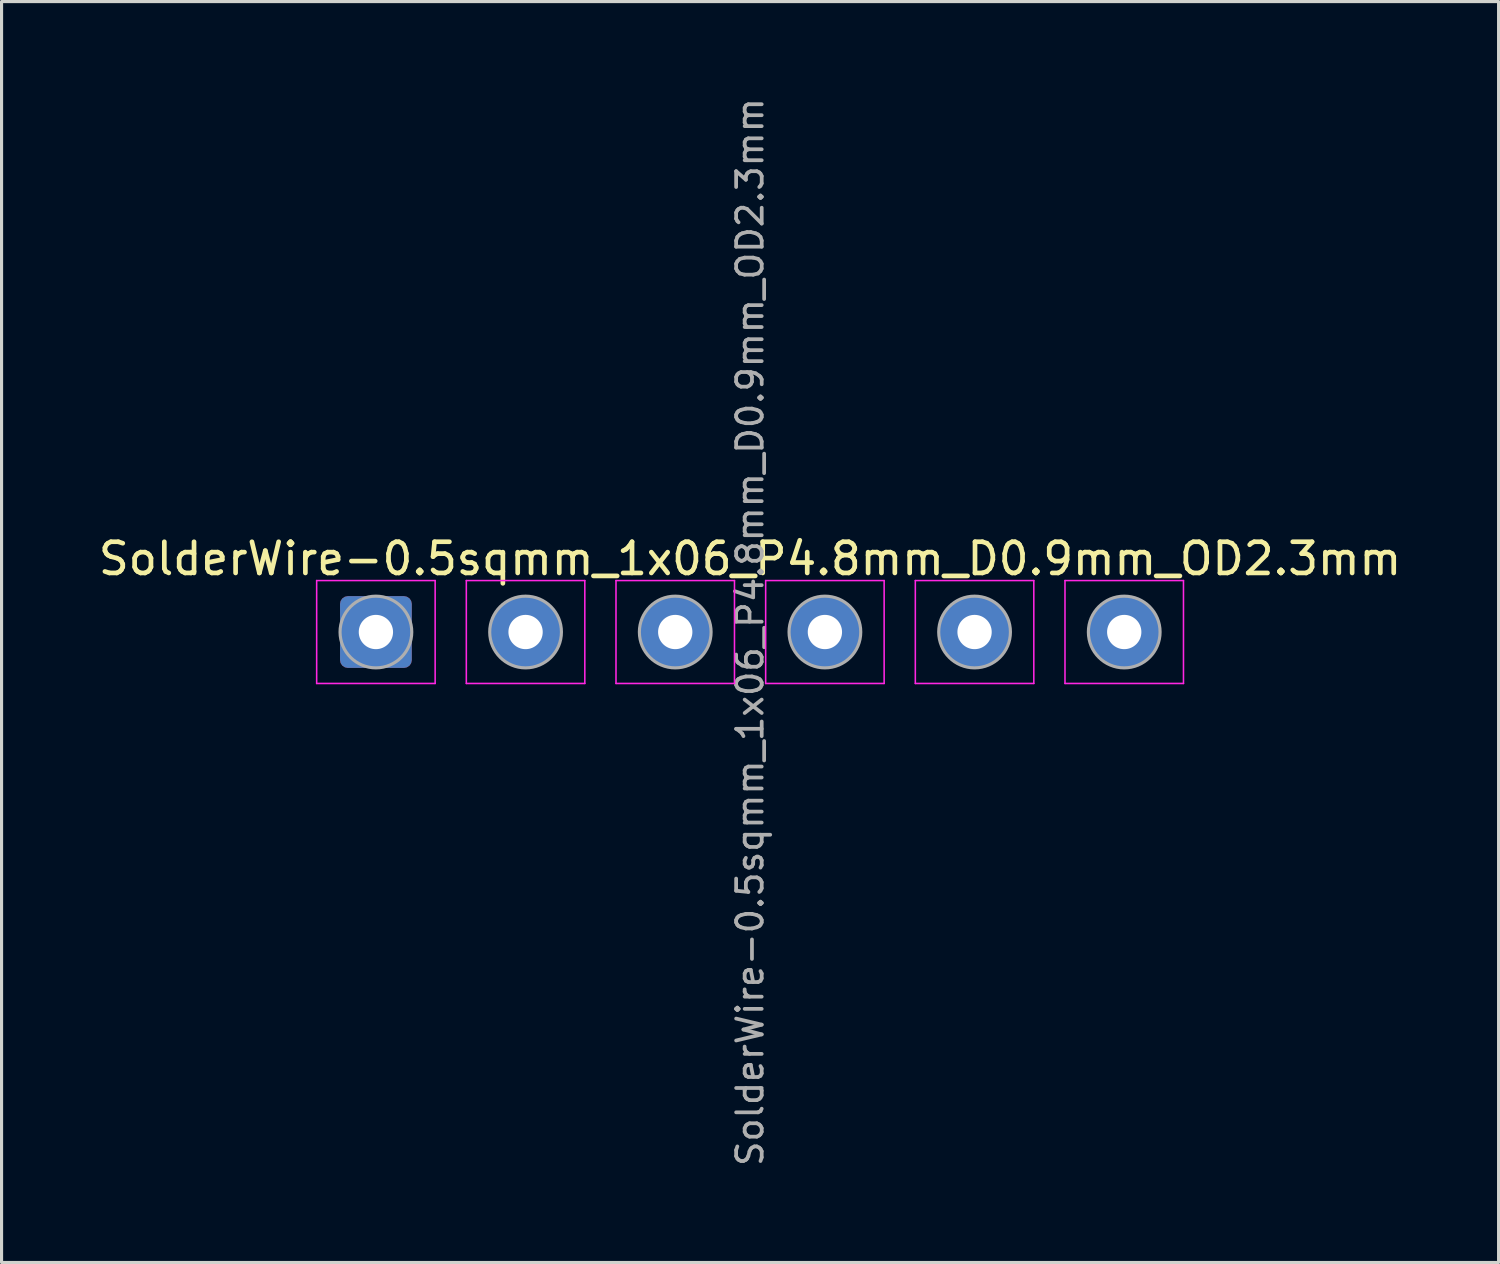
<source format=kicad_pcb>
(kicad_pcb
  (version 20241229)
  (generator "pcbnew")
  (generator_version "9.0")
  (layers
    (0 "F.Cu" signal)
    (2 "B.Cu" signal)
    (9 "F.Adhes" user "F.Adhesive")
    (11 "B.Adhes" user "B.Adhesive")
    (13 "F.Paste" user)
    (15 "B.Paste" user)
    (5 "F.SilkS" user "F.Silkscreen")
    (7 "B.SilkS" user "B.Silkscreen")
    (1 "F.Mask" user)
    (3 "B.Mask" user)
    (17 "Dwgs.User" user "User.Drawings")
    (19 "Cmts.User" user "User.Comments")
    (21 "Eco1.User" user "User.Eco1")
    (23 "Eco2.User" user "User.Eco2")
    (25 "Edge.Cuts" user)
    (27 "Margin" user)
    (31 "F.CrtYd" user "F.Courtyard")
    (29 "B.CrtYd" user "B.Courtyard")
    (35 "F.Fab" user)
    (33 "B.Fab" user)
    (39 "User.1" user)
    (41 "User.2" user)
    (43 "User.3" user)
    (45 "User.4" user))
  (footprint "SolderWire-0.5sqmm_1x06_P4.8mm_D0.9mm_OD2.3mm"
    (layer "F.Cu")
    (at 9.006 17.22)
    (property "Reference" "SolderWire-0.5sqmm_1x06_P4.8mm_D0.9mm_OD2.3mm" (at 12 -2.35 0) (layer "F.SilkS") (effects (font (size 1 1) (thickness 0.15))))
    (attr exclude_from_pos_files exclude_from_bom)
    (fp_line (start -1.9 -1.65) (end -1.9 1.65) (stroke (width 0.05) (type solid)) (layer "F.CrtYd"))
    (fp_line (start -1.9 1.65) (end 1.9 1.65) (stroke (width 0.05) (type solid)) (layer "F.CrtYd"))
    (fp_line (start 1.9 -1.65) (end -1.9 -1.65) (stroke (width 0.05) (type solid)) (layer "F.CrtYd"))
    (fp_line (start 1.9 1.65) (end 1.9 -1.65) (stroke (width 0.05) (type solid)) (layer "F.CrtYd"))
    (fp_line (start 2.9 -1.65) (end 2.9 1.65) (stroke (width 0.05) (type solid)) (layer "F.CrtYd"))
    (fp_line (start 2.9 1.65) (end 6.7 1.65) (stroke (width 0.05) (type solid)) (layer "F.CrtYd"))
    (fp_line (start 6.7 -1.65) (end 2.9 -1.65) (stroke (width 0.05) (type solid)) (layer "F.CrtYd"))
    (fp_line (start 6.7 1.65) (end 6.7 -1.65) (stroke (width 0.05) (type solid)) (layer "F.CrtYd"))
    (fp_line (start 7.7 -1.65) (end 7.7 1.65) (stroke (width 0.05) (type solid)) (layer "F.CrtYd"))
    (fp_line (start 7.7 1.65) (end 11.5 1.65) (stroke (width 0.05) (type solid)) (layer "F.CrtYd"))
    (fp_line (start 11.5 -1.65) (end 7.7 -1.65) (stroke (width 0.05) (type solid)) (layer "F.CrtYd"))
    (fp_line (start 11.5 1.65) (end 11.5 -1.65) (stroke (width 0.05) (type solid)) (layer "F.CrtYd"))
    (fp_line (start 12.5 -1.65) (end 12.5 1.65) (stroke (width 0.05) (type solid)) (layer "F.CrtYd"))
    (fp_line (start 12.5 1.65) (end 16.3 1.65) (stroke (width 0.05) (type solid)) (layer "F.CrtYd"))
    (fp_line (start 16.3 -1.65) (end 12.5 -1.65) (stroke (width 0.05) (type solid)) (layer "F.CrtYd"))
    (fp_line (start 16.3 1.65) (end 16.3 -1.65) (stroke (width 0.05) (type solid)) (layer "F.CrtYd"))
    (fp_line (start 17.3 -1.65) (end 17.3 1.65) (stroke (width 0.05) (type solid)) (layer "F.CrtYd"))
    (fp_line (start 17.3 1.65) (end 21.1 1.65) (stroke (width 0.05) (type solid)) (layer "F.CrtYd"))
    (fp_line (start 21.1 -1.65) (end 17.3 -1.65) (stroke (width 0.05) (type solid)) (layer "F.CrtYd"))
    (fp_line (start 21.1 1.65) (end 21.1 -1.65) (stroke (width 0.05) (type solid)) (layer "F.CrtYd"))
    (fp_line (start 22.1 -1.65) (end 22.1 1.65) (stroke (width 0.05) (type solid)) (layer "F.CrtYd"))
    (fp_line (start 22.1 1.65) (end 25.9 1.65) (stroke (width 0.05) (type solid)) (layer "F.CrtYd"))
    (fp_line (start 25.9 -1.65) (end 22.1 -1.65) (stroke (width 0.05) (type solid)) (layer "F.CrtYd"))
    (fp_line (start 25.9 1.65) (end 25.9 -1.65) (stroke (width 0.05) (type solid)) (layer "F.CrtYd"))
    (fp_circle (center 0 0) (end 1.15 0) (stroke (width 0.1) (type solid)) (fill no) (layer "F.Fab"))
    (fp_circle (center 4.8 0) (end 5.95 0) (stroke (width 0.1) (type solid)) (fill no) (layer "F.Fab"))
    (fp_circle (center 9.6 0) (end 10.75 0) (stroke (width 0.1) (type solid)) (fill no) (layer "F.Fab"))
    (fp_circle (center 14.4 0) (end 15.55 0) (stroke (width 0.1) (type solid)) (fill no) (layer "F.Fab"))
    (fp_circle (center 19.2 0) (end 20.35 0) (stroke (width 0.1) (type solid)) (fill no) (layer "F.Fab"))
    (fp_circle (center 24 0) (end 25.15 0) (stroke (width 0.1) (type solid)) (fill no) (layer "F.Fab"))
    (fp_text user "${REFERENCE}" (at 12 0 90) (layer "F.Fab") (effects (font (size 0.82 0.82) (thickness 0.12))))
    (pad "1" thru_hole roundrect (at 0 0) (size 2.3 2.3) (drill 1.1) (layers "*.Cu" "*.Mask") (roundrect_rratio 0.109))
    (pad "2" thru_hole circle (at 4.8 0) (size 2.3 2.3) (drill 1.1) (layers "*.Cu" "*.Mask"))
    (pad "3" thru_hole circle (at 9.6 0) (size 2.3 2.3) (drill 1.1) (layers "*.Cu" "*.Mask"))
    (pad "4" thru_hole circle (at 14.4 0) (size 2.3 2.3) (drill 1.1) (layers "*.Cu" "*.Mask"))
    (pad "5" thru_hole circle (at 19.2 0) (size 2.3 2.3) (drill 1.1) (layers "*.Cu" "*.Mask"))
    (pad "6" thru_hole circle (at 24 0) (size 2.3 2.3) (drill 1.1) (layers "*.Cu" "*.Mask")))
  (gr_rect
    (start -3 -3)
    (end 45.012 37.441)
    (stroke (width 0.1) (type default))
    (fill no)
    (layer "Edge.Cuts")))
</source>
